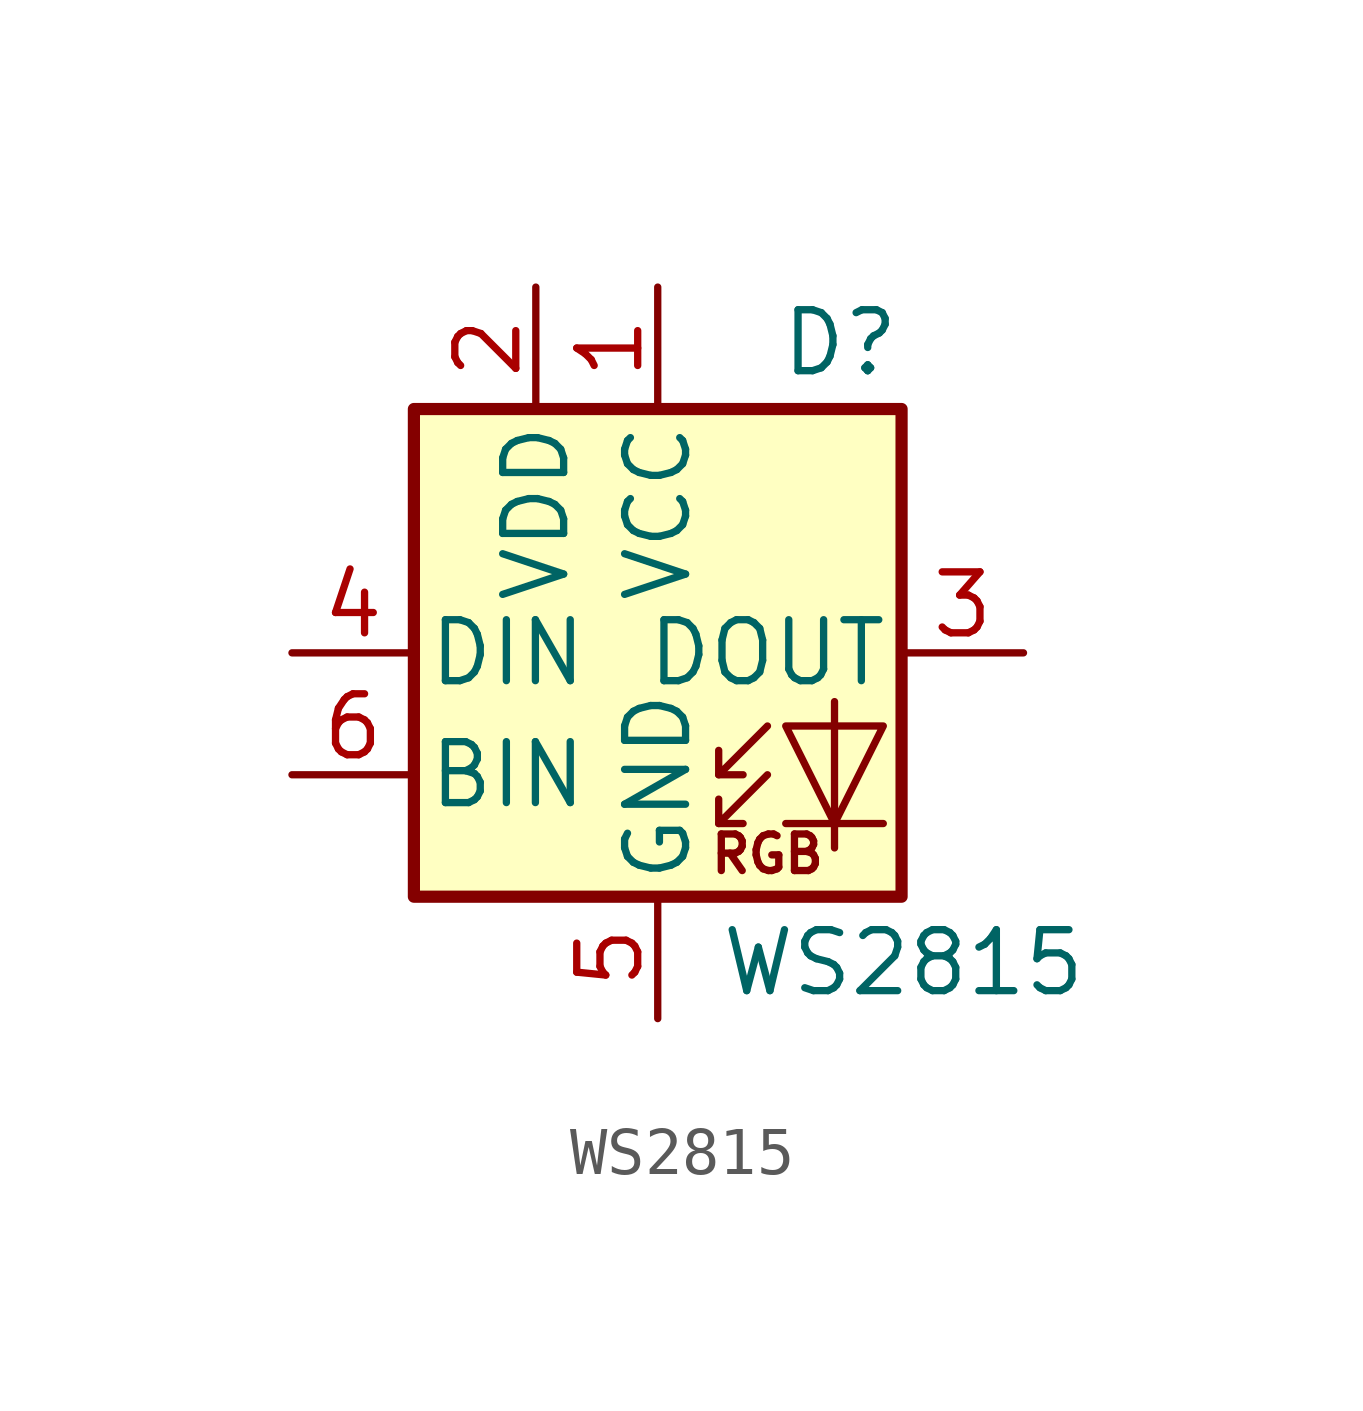
<source format=kicad_sym>
(kicad_symbol_lib
  (version 20231120)
  (generator "kicad_symbol_editor")
  (generator_version "8.0")
  (symbol "WS2815"
    (pin_names
      (offset 0.254))
    (property "Reference" "D"
      (at 5.08 5.715 0)
      (effects (font (size 1.27 1.27)) (justify right bottom)))
    (property "Value" "WS2815"
      (at 1.27 -5.715 0)
      (effects (font (size 1.27 1.27)) (justify left top)))
    (symbol "WS2815_0_0"
      (text "RGB" (at 2.286 -4.191 0) (effects (font (size 0.762 0.762)))))
    (symbol "WS2815_0_1"
      (polyline (pts (xy 1.27 -3.556) (xy 1.778 -3.556)) (stroke (width 0) (type default)) (fill (type none)))
      (polyline (pts (xy 1.27 -2.54) (xy 1.778 -2.54)) (stroke (width 0) (type default)) (fill (type none)))
      (polyline (pts (xy 4.699 -3.556) (xy 2.667 -3.556)) (stroke (width 0) (type default)) (fill (type none)))
      (polyline (pts (xy 2.286 -2.54) (xy 1.27 -3.556) (xy 1.27 -3.048)) (stroke (width 0) (type default)) (fill (type none)))
      (polyline (pts (xy 2.286 -1.524) (xy 1.27 -2.54) (xy 1.27 -2.032)) (stroke (width 0) (type default)) (fill (type none)))
      (polyline (pts (xy 3.683 -1.016) (xy 3.683 -3.556) (xy 3.683 -4.064)) (stroke (width 0) (type default)) (fill (type none)))
      (polyline (pts (xy 4.699 -1.524) (xy 2.667 -1.524) (xy 3.683 -3.556) (xy 4.699 -1.524)) (stroke (width 0) (type default)) (fill (type none)))
      (rectangle (start 5.08 5.08) (end -5.08 -5.08) (stroke (width 0.254) (type default)) (fill (type background))))
    (symbol "WS2815_1_1"
      (pin power_in line (at 0 7.62 270) (length 2.54) (name "VCC" (effects (font (size 1.27 1.27)))) (number "1" (effects (font (size 1.27 1.27)))))
      (pin power_in line (at -2.54 7.62 270) (length 2.54) (name "VDD" (effects (font (size 1.27 1.27)))) (number "2" (effects (font (size 1.27 1.27)))))
      (pin output line (at 7.62 0 180) (length 2.54) (name "DOUT" (effects (font (size 1.27 1.27)))) (number "3" (effects (font (size 1.27 1.27)))))
      (pin input line (at -7.62 0 0) (length 2.54) (name "DIN" (effects (font (size 1.27 1.27)))) (number "4" (effects (font (size 1.27 1.27)))))
      (pin power_in line (at 0 -7.62 90) (length 2.54) (name "GND" (effects (font (size 1.27 1.27)))) (number "5" (effects (font (size 1.27 1.27)))))
      (pin input line (at -7.62 -2.54 0) (length 2.54) (name "BIN" (effects (font (size 1.27 1.27)))) (number "6" (effects (font (size 1.27 1.27))))))))
</source>
